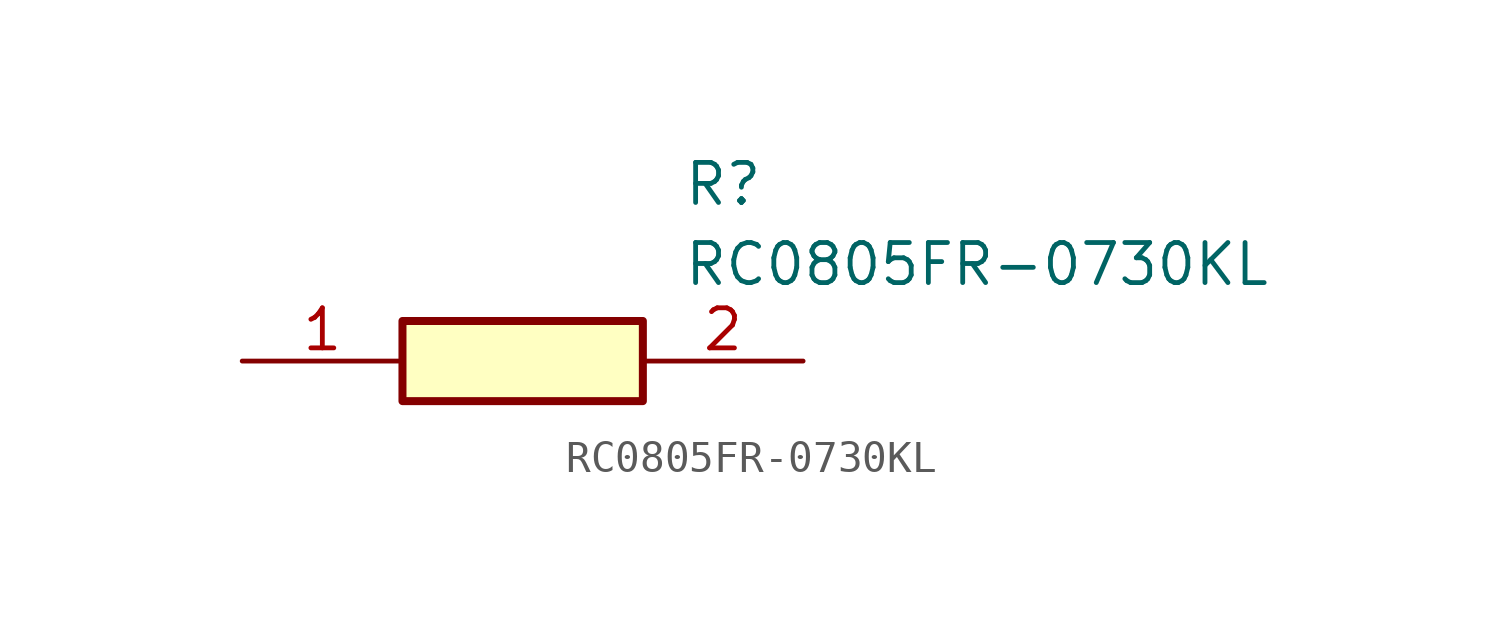
<source format=kicad_sym>
(kicad_symbol_lib
  (version 20211014)
  (generator SamacSys_ECAD_Model)
  (symbol "RC0805FR-0730KL"
    (pin_names hide)
    (property "Reference" "R"
      (at 13.97 6.35 0)
      (effects (font (size 1.27 1.27)) (justify left top)))
    (property "Value" "RC0805FR-0730KL"
      (at 13.97 3.81 0)
      (effects (font (size 1.27 1.27)) (justify left top)))
    (rectangle
      (start 5.08 1.27)
      (end 12.7 -1.27)
      (stroke (width 0.254) (type default))
      (fill (type background)))
    (pin passive line
      (at 0 0 0)
      (length 5.08)
      (name "1" (effects (font (size 1.27 1.27))))
      (number "1" (effects (font (size 1.27 1.27)))))
    (pin passive line
      (at 17.78 0 180)
      (length 5.08)
      (name "2" (effects (font (size 1.27 1.27))))
      (number "2" (effects (font (size 1.27 1.27)))))))
</source>
